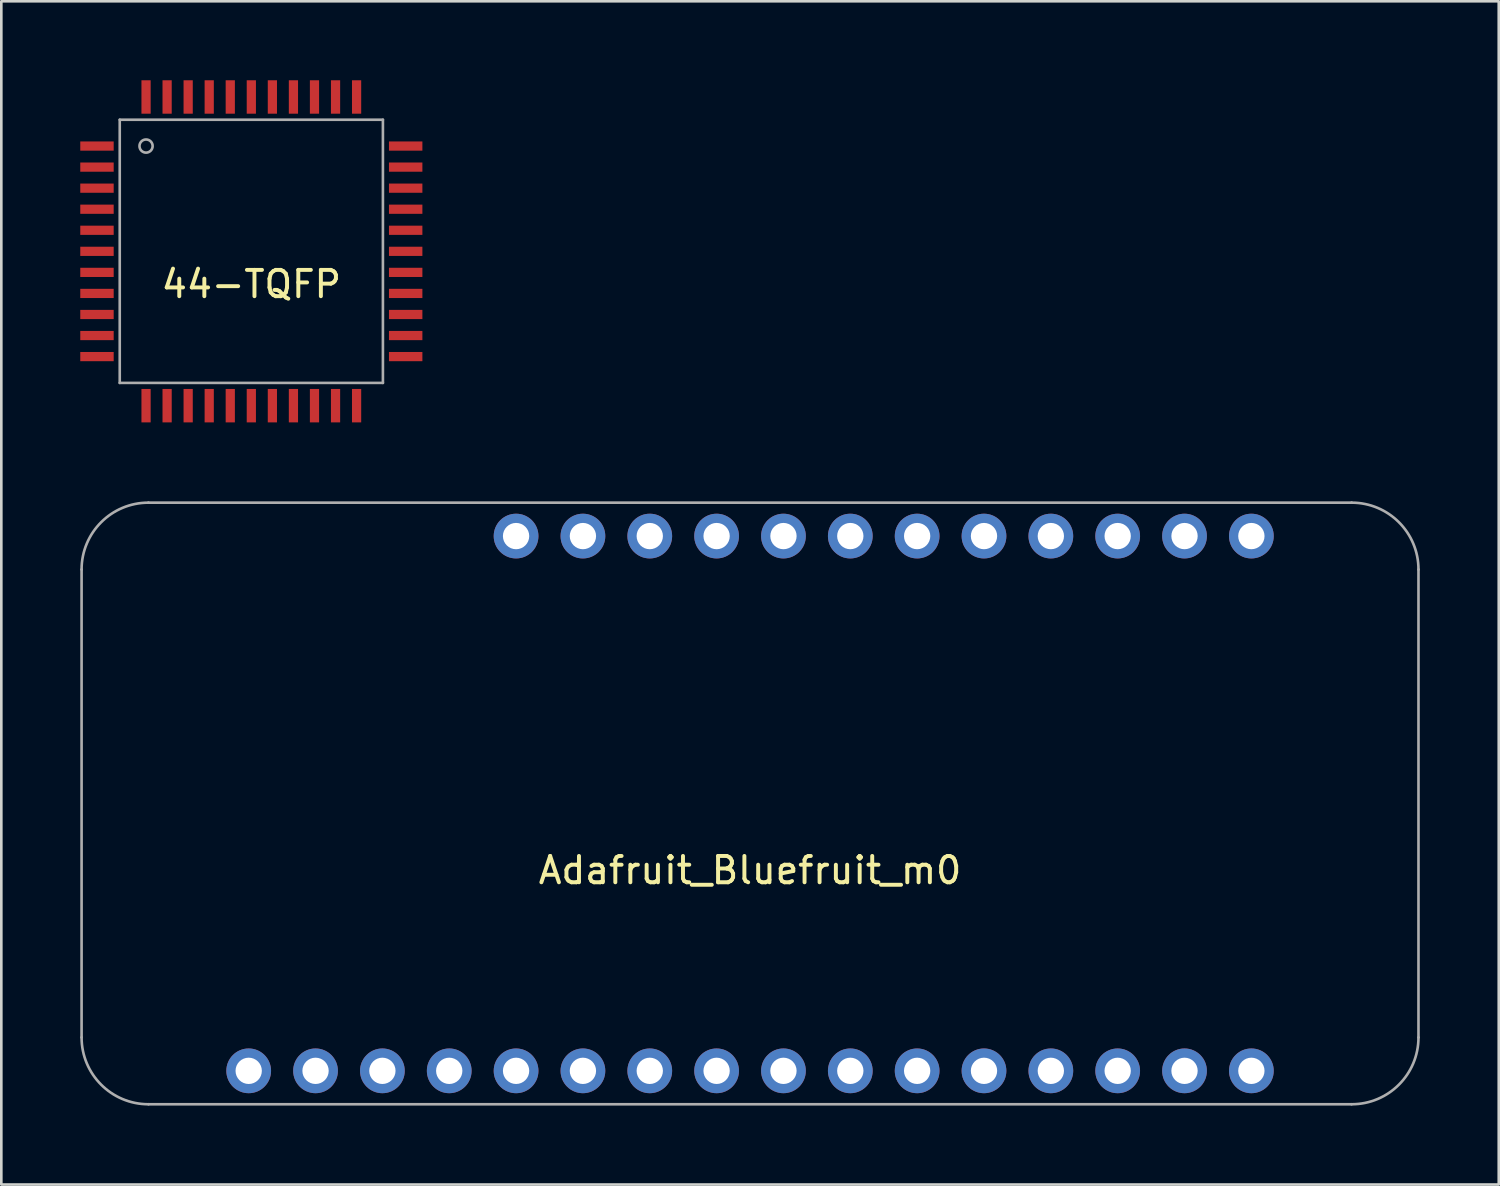
<source format=kicad_pcb>
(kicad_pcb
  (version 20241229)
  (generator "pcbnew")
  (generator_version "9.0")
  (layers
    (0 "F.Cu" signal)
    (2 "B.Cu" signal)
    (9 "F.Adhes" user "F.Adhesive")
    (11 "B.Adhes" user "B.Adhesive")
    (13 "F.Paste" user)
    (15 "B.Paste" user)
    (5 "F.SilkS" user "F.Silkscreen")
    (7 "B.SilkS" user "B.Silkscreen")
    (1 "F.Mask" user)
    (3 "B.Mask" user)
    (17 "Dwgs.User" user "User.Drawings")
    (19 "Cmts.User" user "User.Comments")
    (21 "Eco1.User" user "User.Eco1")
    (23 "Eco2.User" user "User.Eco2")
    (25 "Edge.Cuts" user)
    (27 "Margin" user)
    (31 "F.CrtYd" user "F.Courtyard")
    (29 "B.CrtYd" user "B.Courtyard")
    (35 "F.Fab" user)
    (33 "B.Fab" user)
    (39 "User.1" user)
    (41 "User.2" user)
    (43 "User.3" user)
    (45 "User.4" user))
  (footprint "Adafruit_Bluefruit_m0"
    (layer "F.Cu")
    (at 25.45 27.48)
    (property "Reference" "Adafruit_Bluefruit_m0" (at 0 2.54 0) (layer "F.SilkS") (effects (font (size 1 1) (thickness 0.15))))
    (attr through_hole)
    (fp_line (start -25.4 -8.89) (end -25.4 8.89) (stroke (width 0.1) (type solid)) (layer "F.Fab"))
    (fp_line (start -22.86 -11.43) (end 22.86 -11.43) (stroke (width 0.1) (type solid)) (layer "F.Fab"))
    (fp_line (start -22.86 11.43) (end 22.86 11.43) (stroke (width 0.1) (type solid)) (layer "F.Fab"))
    (fp_line (start 25.4 -8.89) (end 25.4 8.89) (stroke (width 0.1) (type solid)) (layer "F.Fab"))
    (fp_arc (start -25.4 -8.89) (mid -24.656051 -10.686051) (end -22.86 -11.43) (stroke (width 0.1) (type solid)) (layer "F.Fab"))
    (fp_arc (start -22.86 11.43) (mid -24.656051 10.686051) (end -25.4 8.89) (stroke (width 0.1) (type solid)) (layer "F.Fab"))
    (fp_arc (start 22.86 -11.43) (mid 24.656051 -10.686051) (end 25.4 -8.89) (stroke (width 0.1) (type solid)) (layer "F.Fab"))
    (fp_arc (start 25.4 8.89) (mid 24.656051 10.686051) (end 22.86 11.43) (stroke (width 0.1) (type solid)) (layer "F.Fab"))
    (pad "1" thru_hole circle (at -8.89 -10.16) (size 1.7 1.7) (drill 1) (layers "*.Cu" "*.Mask"))
    (pad "2" thru_hole circle (at -6.35 -10.16) (size 1.7 1.7) (drill 1) (layers "*.Cu" "*.Mask"))
    (pad "3" thru_hole circle (at -3.81 -10.16) (size 1.7 1.7) (drill 1) (layers "*.Cu" "*.Mask"))
    (pad "4" thru_hole circle (at -1.27 -10.16) (size 1.7 1.7) (drill 1) (layers "*.Cu" "*.Mask"))
    (pad "5" thru_hole circle (at 1.27 -10.16) (size 1.7 1.7) (drill 1) (layers "*.Cu" "*.Mask"))
    (pad "6" thru_hole circle (at 3.81 -10.16) (size 1.7 1.7) (drill 1) (layers "*.Cu" "*.Mask"))
    (pad "7" thru_hole circle (at 6.35 -10.16) (size 1.7 1.7) (drill 1) (layers "*.Cu" "*.Mask"))
    (pad "8" thru_hole circle (at 8.89 -10.16) (size 1.7 1.7) (drill 1) (layers "*.Cu" "*.Mask"))
    (pad "9" thru_hole circle (at 11.43 -10.16) (size 1.7 1.7) (drill 1) (layers "*.Cu" "*.Mask"))
    (pad "10" thru_hole circle (at 13.97 -10.16) (size 1.7 1.7) (drill 1) (layers "*.Cu" "*.Mask"))
    (pad "11" thru_hole circle (at 16.51 -10.16) (size 1.7 1.7) (drill 1) (layers "*.Cu" "*.Mask"))
    (pad "12" thru_hole circle (at 19.05 -10.16) (size 1.7 1.7) (drill 1) (layers "*.Cu" "*.Mask"))
    (pad "13" thru_hole circle (at -19.05 10.16) (size 1.7 1.7) (drill 1) (layers "*.Cu" "*.Mask"))
    (pad "14" thru_hole circle (at -16.51 10.16) (size 1.7 1.7) (drill 1) (layers "*.Cu" "*.Mask"))
    (pad "15" thru_hole circle (at -13.97 10.16) (size 1.7 1.7) (drill 1) (layers "*.Cu" "*.Mask"))
    (pad "16" thru_hole circle (at -11.43 10.16) (size 1.7 1.7) (drill 1) (layers "*.Cu" "*.Mask"))
    (pad "17" thru_hole circle (at -8.89 10.16) (size 1.7 1.7) (drill 1) (layers "*.Cu" "*.Mask"))
    (pad "18" thru_hole circle (at -6.35 10.16) (size 1.7 1.7) (drill 1) (layers "*.Cu" "*.Mask"))
    (pad "19" thru_hole circle (at -3.81 10.16) (size 1.7 1.7) (drill 1) (layers "*.Cu" "*.Mask"))
    (pad "20" thru_hole circle (at -1.27 10.16) (size 1.7 1.7) (drill 1) (layers "*.Cu" "*.Mask"))
    (pad "21" thru_hole circle (at 1.27 10.16) (size 1.7 1.7) (drill 1) (layers "*.Cu" "*.Mask"))
    (pad "22" thru_hole circle (at 3.81 10.16) (size 1.7 1.7) (drill 1) (layers "*.Cu" "*.Mask"))
    (pad "23" thru_hole circle (at 6.35 10.16) (size 1.7 1.7) (drill 1) (layers "*.Cu" "*.Mask"))
    (pad "24" thru_hole circle (at 8.89 10.16) (size 1.7 1.7) (drill 1) (layers "*.Cu" "*.Mask"))
    (pad "25" thru_hole circle (at 11.43 10.16) (size 1.7 1.7) (drill 1) (layers "*.Cu" "*.Mask"))
    (pad "26" thru_hole circle (at 13.97 10.16) (size 1.7 1.7) (drill 1) (layers "*.Cu" "*.Mask"))
    (pad "27" thru_hole circle (at 16.51 10.16) (size 1.7 1.7) (drill 1) (layers "*.Cu" "*.Mask"))
    (pad "28" thru_hole circle (at 19.05 10.16) (size 1.7 1.7) (drill 1) (layers "*.Cu" "*.Mask")))
  (footprint "44-TQFP"
    (layer "F.Cu")
    (at 6.5 6.5)
    (property "Reference" "44-TQFP" (at 0 1.25 0) (layer "F.SilkS") (effects (font (size 1 1) (thickness 0.15))))
    (attr through_hole)
    (fp_line (start -5 -5) (end 5 -5) (stroke (width 0.1) (type solid)) (layer "F.Fab"))
    (fp_line (start -5 5) (end -5 -5) (stroke (width 0.1) (type solid)) (layer "F.Fab"))
    (fp_line (start 5 -5) (end 5 5) (stroke (width 0.1) (type solid)) (layer "F.Fab"))
    (fp_line (start 5 5) (end -5 5) (stroke (width 0.1) (type solid)) (layer "F.Fab"))
    (fp_circle (center -4 -4) (end -3.75 -4) (stroke (width 0.1) (type solid)) (fill no) (layer "F.Fab"))
    (pad "1" smd rect (at -5.865 -4) (size 1.27 0.35) (layers "F.Cu" "F.Mask" "F.Paste"))
    (pad "2" smd rect (at -5.865 -3.2) (size 1.27 0.35) (layers "F.Cu" "F.Mask" "F.Paste"))
    (pad "3" smd rect (at -5.865 -2.4) (size 1.27 0.35) (layers "F.Cu" "F.Mask" "F.Paste"))
    (pad "4" smd rect (at -5.865 -1.6) (size 1.27 0.35) (layers "F.Cu" "F.Mask" "F.Paste"))
    (pad "5" smd rect (at -5.865 -0.8) (size 1.27 0.35) (layers "F.Cu" "F.Mask" "F.Paste"))
    (pad "6" smd rect (at -5.865 0) (size 1.27 0.35) (layers "F.Cu" "F.Mask" "F.Paste"))
    (pad "7" smd rect (at -5.865 0.8) (size 1.27 0.35) (layers "F.Cu" "F.Mask" "F.Paste"))
    (pad "8" smd rect (at -5.865 1.6) (size 1.27 0.35) (layers "F.Cu" "F.Mask" "F.Paste"))
    (pad "9" smd rect (at -5.865 2.4) (size 1.27 0.35) (layers "F.Cu" "F.Mask" "F.Paste"))
    (pad "10" smd rect (at -5.865 3.2) (size 1.27 0.35) (layers "F.Cu" "F.Mask" "F.Paste"))
    (pad "11" smd rect (at -5.865 4) (size 1.27 0.35) (layers "F.Cu" "F.Mask" "F.Paste"))
    (pad "12" smd rect (at -4 5.865) (size 0.35 1.27) (layers "F.Cu" "F.Mask" "F.Paste"))
    (pad "13" smd rect (at -3.2 5.865) (size 0.35 1.27) (layers "F.Cu" "F.Mask" "F.Paste"))
    (pad "14" smd rect (at -2.4 5.865) (size 0.35 1.27) (layers "F.Cu" "F.Mask" "F.Paste"))
    (pad "15" smd rect (at -1.6 5.865) (size 0.35 1.27) (layers "F.Cu" "F.Mask" "F.Paste"))
    (pad "16" smd rect (at -0.8 5.865) (size 0.35 1.27) (layers "F.Cu" "F.Mask" "F.Paste"))
    (pad "17" smd rect (at 0 5.865) (size 0.35 1.27) (layers "F.Cu" "F.Mask" "F.Paste"))
    (pad "18" smd rect (at 0.8 5.865) (size 0.35 1.27) (layers "F.Cu" "F.Mask" "F.Paste"))
    (pad "19" smd rect (at 1.6 5.865) (size 0.35 1.27) (layers "F.Cu" "F.Mask" "F.Paste"))
    (pad "20" smd rect (at 2.4 5.865) (size 0.35 1.27) (layers "F.Cu" "F.Mask" "F.Paste"))
    (pad "21" smd rect (at 3.2 5.865) (size 0.35 1.27) (layers "F.Cu" "F.Mask" "F.Paste"))
    (pad "22" smd rect (at 4 5.865) (size 0.35 1.27) (layers "F.Cu" "F.Mask" "F.Paste"))
    (pad "23" smd rect (at 5.865 4) (size 1.27 0.35) (layers "F.Cu" "F.Mask" "F.Paste"))
    (pad "24" smd rect (at 5.865 3.2) (size 1.27 0.35) (layers "F.Cu" "F.Mask" "F.Paste"))
    (pad "25" smd rect (at 5.865 2.4) (size 1.27 0.35) (layers "F.Cu" "F.Mask" "F.Paste"))
    (pad "26" smd rect (at 5.865 1.6) (size 1.27 0.35) (layers "F.Cu" "F.Mask" "F.Paste"))
    (pad "27" smd rect (at 5.865 0.8) (size 1.27 0.35) (layers "F.Cu" "F.Mask" "F.Paste"))
    (pad "28" smd rect (at 5.865 0) (size 1.27 0.35) (layers "F.Cu" "F.Mask" "F.Paste"))
    (pad "29" smd rect (at 5.865 -0.8) (size 1.27 0.35) (layers "F.Cu" "F.Mask" "F.Paste"))
    (pad "30" smd rect (at 5.865 -1.6) (size 1.27 0.35) (layers "F.Cu" "F.Mask" "F.Paste"))
    (pad "31" smd rect (at 5.865 -2.4) (size 1.27 0.35) (layers "F.Cu" "F.Mask" "F.Paste"))
    (pad "32" smd rect (at 5.865 -3.2) (size 1.27 0.35) (layers "F.Cu" "F.Mask" "F.Paste"))
    (pad "33" smd rect (at 5.865 -4) (size 1.27 0.35) (layers "F.Cu" "F.Mask" "F.Paste"))
    (pad "34" smd rect (at 4 -5.865) (size 0.35 1.27) (layers "F.Cu" "F.Mask" "F.Paste"))
    (pad "35" smd rect (at 3.2 -5.865) (size 0.35 1.27) (layers "F.Cu" "F.Mask" "F.Paste"))
    (pad "36" smd rect (at 2.4 -5.865) (size 0.35 1.27) (layers "F.Cu" "F.Mask" "F.Paste"))
    (pad "37" smd rect (at 1.6 -5.865) (size 0.35 1.27) (layers "F.Cu" "F.Mask" "F.Paste"))
    (pad "38" smd rect (at 0.8 -5.865) (size 0.35 1.27) (layers "F.Cu" "F.Mask" "F.Paste"))
    (pad "39" smd rect (at 0 -5.865) (size 0.35 1.27) (layers "F.Cu" "F.Mask" "F.Paste"))
    (pad "40" smd rect (at -0.8 -5.865) (size 0.35 1.27) (layers "F.Cu" "F.Mask" "F.Paste"))
    (pad "41" smd rect (at -1.6 -5.865) (size 0.35 1.27) (layers "F.Cu" "F.Mask" "F.Paste"))
    (pad "42" smd rect (at -2.4 -5.865) (size 0.35 1.27) (layers "F.Cu" "F.Mask" "F.Paste"))
    (pad "43" smd rect (at -3.2 -5.865) (size 0.35 1.27) (layers "F.Cu" "F.Mask" "F.Paste"))
    (pad "44" smd rect (at -4 -5.865) (size 0.35 1.27) (layers "F.Cu" "F.Mask" "F.Paste")))
  (gr_rect
    (start -3 -3)
    (end 53.9 41.96)
    (stroke (width 0.1) (type default))
    (fill no)
    (layer "Edge.Cuts")))
</source>
